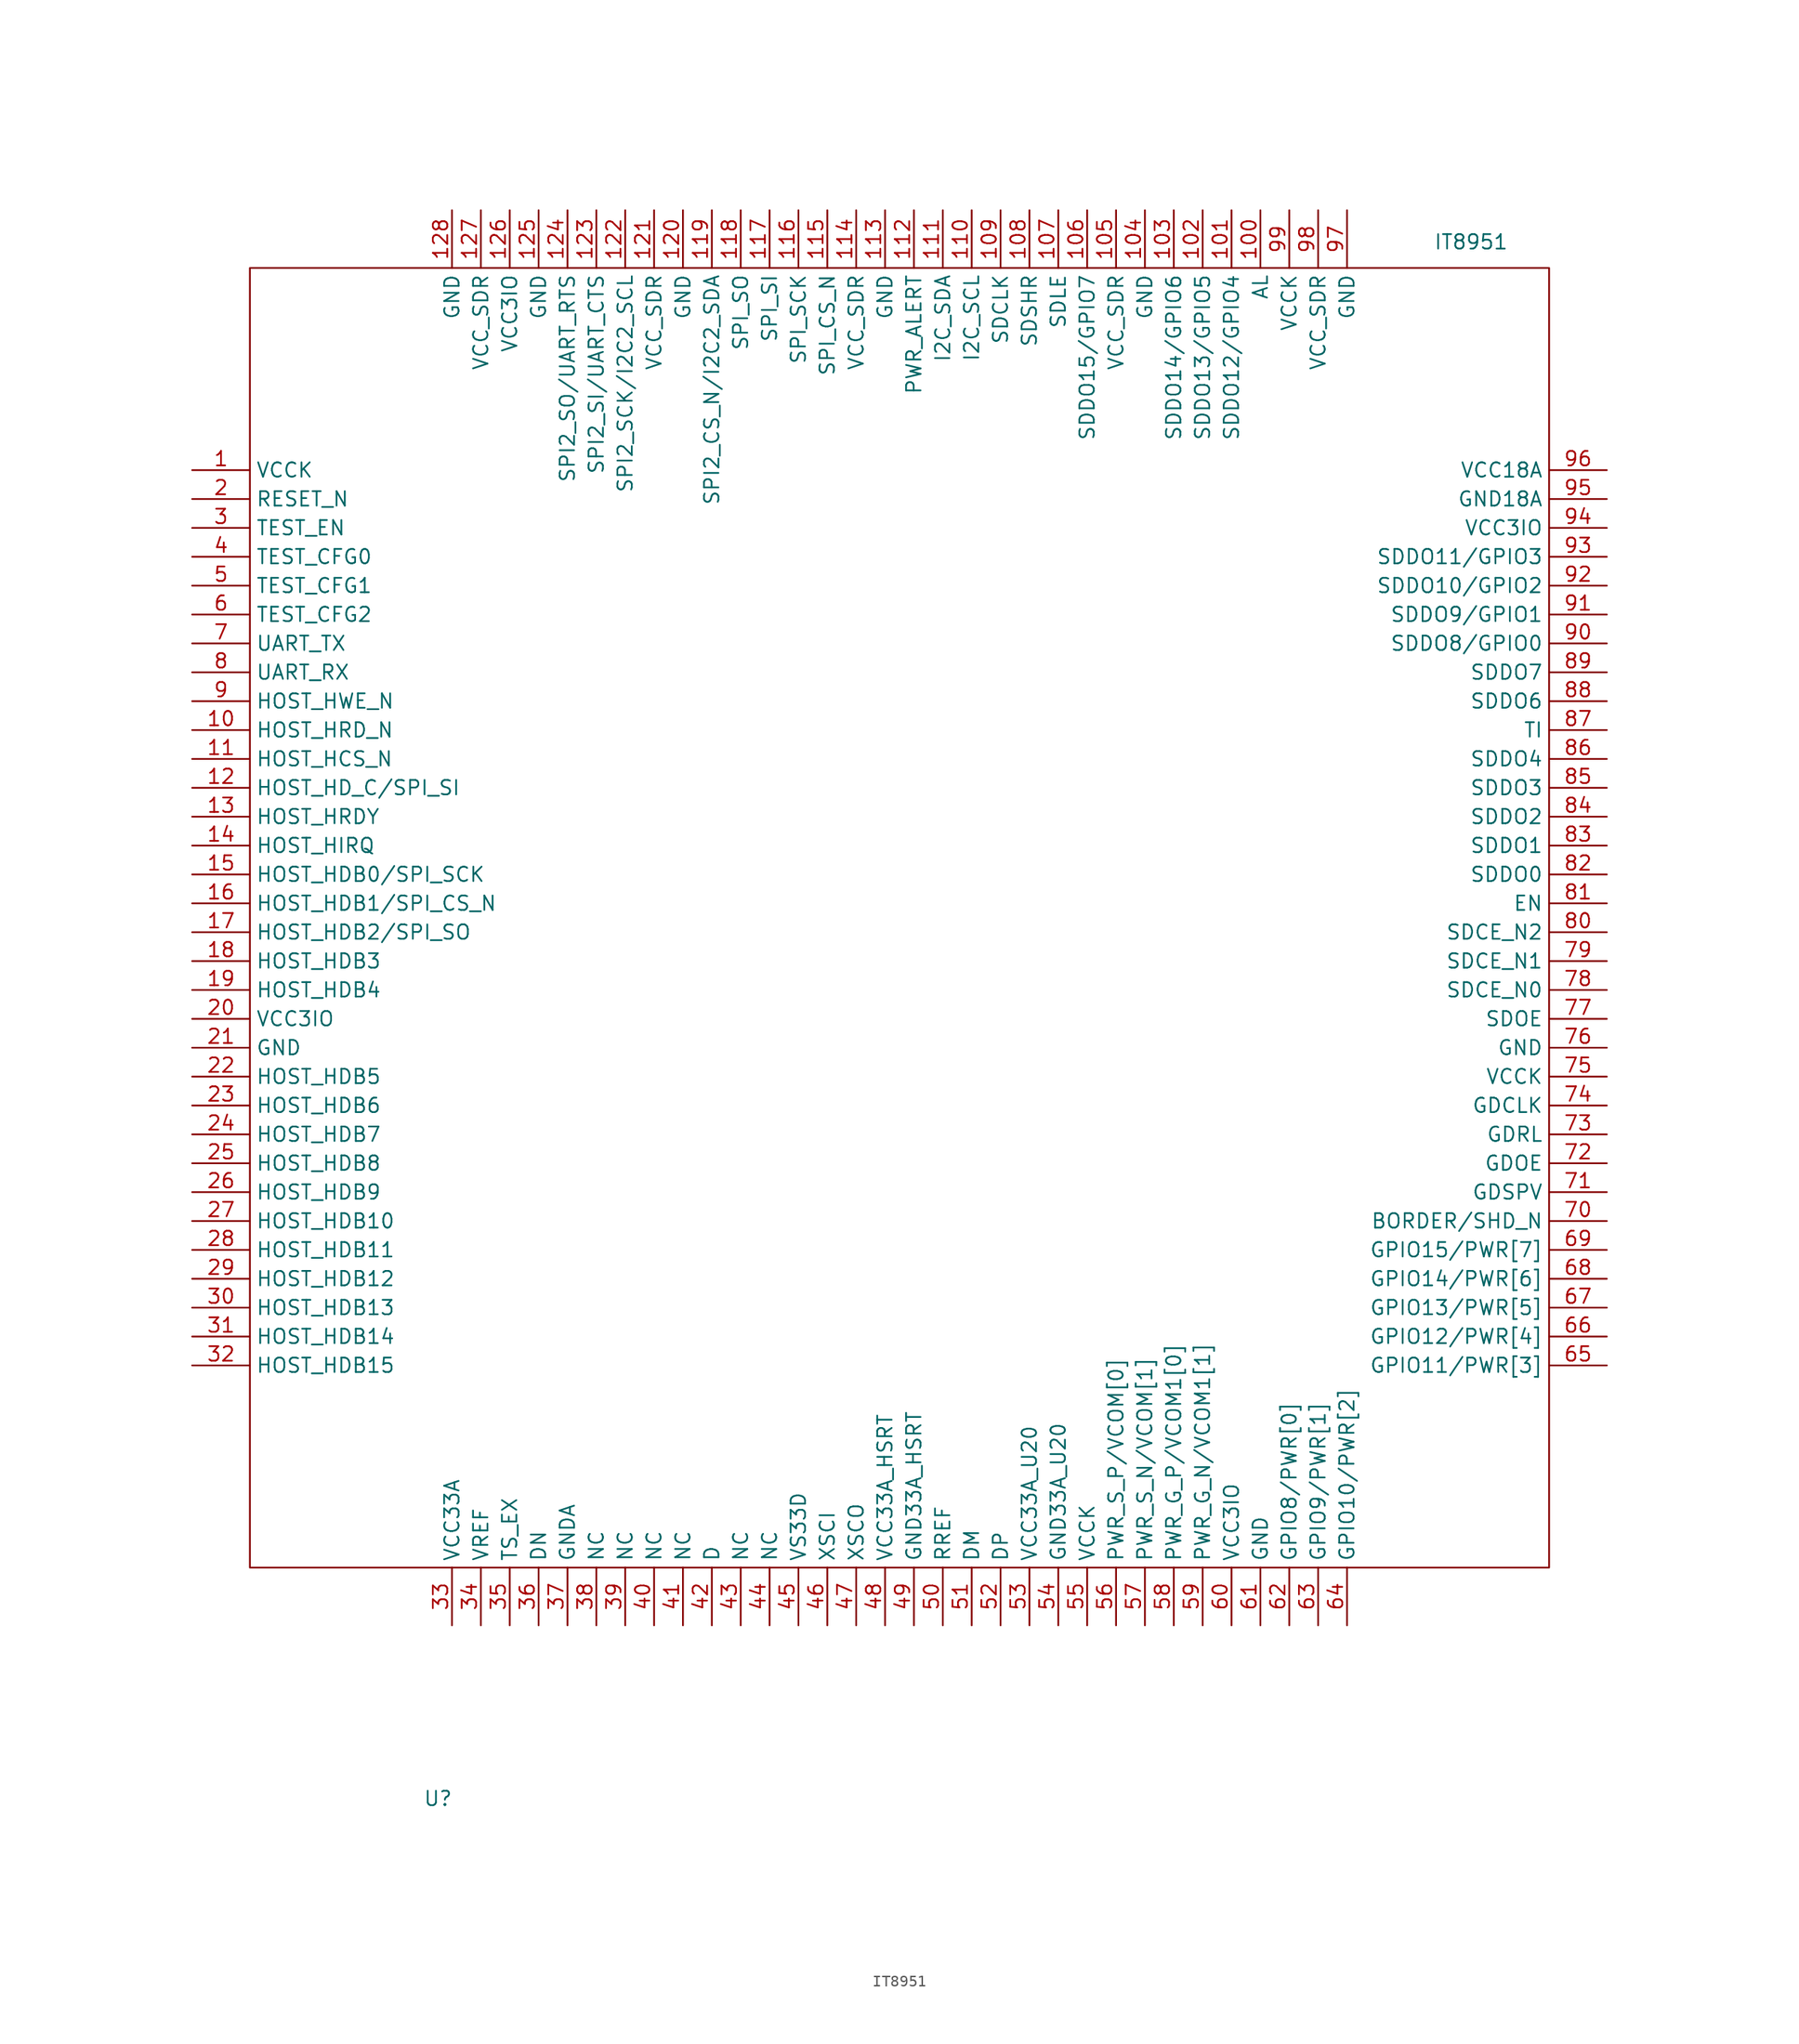
<source format=kicad_sym>
(kicad_symbol_lib
  (version 20231120)
  (generator "kicad_symbol_editor")
  (generator_version "8.0")
  (symbol "IT8951"
    (property "Reference" "U"
      (at -41.91 -77.47 0)
      (effects (font (size 1.27 1.27)) (justify left)))
    (property "Value" "IT8951"
      (at 53.594 59.436 0)
      (effects (font (size 1.27 1.27)) (justify right)))
    (symbol "IT8951_0_1"
      (rectangle (start -57.15 57.15) (end 57.15 -57.15) (stroke (width 0) (type default)) (fill (type none))))
    (symbol "IT8951_1_1"
      (pin input line (at -62.23 39.37 0) (length 5.08) (name "VCCK" (effects (font (size 1.27 1.27)))) (number "1" (effects (font (size 1.27 1.27)))))
      (pin input line (at -62.23 16.51 0) (length 5.08) (name "HOST_HRD_N" (effects (font (size 1.27 1.27)))) (number "10" (effects (font (size 1.27 1.27)))))
      (pin input line (at 31.75 62.23 270) (length 5.08) (name "AL" (effects (font (size 1.27 1.27)))) (number "100" (effects (font (size 1.27 1.27)))))
      (pin input line (at 29.21 62.23 270) (length 5.08) (name "SDDO12/GPIO4" (effects (font (size 1.27 1.27)))) (number "101" (effects (font (size 1.27 1.27)))))
      (pin input line (at 26.67 62.23 270) (length 5.08) (name "SDDO13/GPIO5" (effects (font (size 1.27 1.27)))) (number "102" (effects (font (size 1.27 1.27)))))
      (pin input line (at 24.13 62.23 270) (length 5.08) (name "SDDO14/GPIO6" (effects (font (size 1.27 1.27)))) (number "103" (effects (font (size 1.27 1.27)))))
      (pin input line (at 21.59 62.23 270) (length 5.08) (name "GND" (effects (font (size 1.27 1.27)))) (number "104" (effects (font (size 1.27 1.27)))))
      (pin input line (at 19.05 62.23 270) (length 5.08) (name "VCC_SDR" (effects (font (size 1.27 1.27)))) (number "105" (effects (font (size 1.27 1.27)))))
      (pin input line (at 16.51 62.23 270) (length 5.08) (name "SDDO15/GPIO7" (effects (font (size 1.27 1.27)))) (number "106" (effects (font (size 1.27 1.27)))))
      (pin input line (at 13.97 62.23 270) (length 5.08) (name "SDLE" (effects (font (size 1.27 1.27)))) (number "107" (effects (font (size 1.27 1.27)))))
      (pin input line (at 11.43 62.23 270) (length 5.08) (name "SDSHR" (effects (font (size 1.27 1.27)))) (number "108" (effects (font (size 1.27 1.27)))))
      (pin input line (at 8.89 62.23 270) (length 5.08) (name "SDCLK" (effects (font (size 1.27 1.27)))) (number "109" (effects (font (size 1.27 1.27)))))
      (pin input line (at -62.23 13.97 0) (length 5.08) (name "HOST_HCS_N" (effects (font (size 1.27 1.27)))) (number "11" (effects (font (size 1.27 1.27)))))
      (pin input line (at 6.35 62.23 270) (length 5.08) (name "I2C_SCL" (effects (font (size 1.27 1.27)))) (number "110" (effects (font (size 1.27 1.27)))))
      (pin input line (at 3.81 62.23 270) (length 5.08) (name "I2C_SDA" (effects (font (size 1.27 1.27)))) (number "111" (effects (font (size 1.27 1.27)))))
      (pin input line (at 1.27 62.23 270) (length 5.08) (name "PWR_ALERT" (effects (font (size 1.27 1.27)))) (number "112" (effects (font (size 1.27 1.27)))))
      (pin input line (at -1.27 62.23 270) (length 5.08) (name "GND" (effects (font (size 1.27 1.27)))) (number "113" (effects (font (size 1.27 1.27)))))
      (pin input line (at -3.81 62.23 270) (length 5.08) (name "VCC_SDR" (effects (font (size 1.27 1.27)))) (number "114" (effects (font (size 1.27 1.27)))))
      (pin input line (at -6.35 62.23 270) (length 5.08) (name "SPI_CS_N" (effects (font (size 1.27 1.27)))) (number "115" (effects (font (size 1.27 1.27)))))
      (pin input line (at -8.89 62.23 270) (length 5.08) (name "SPI_SCK" (effects (font (size 1.27 1.27)))) (number "116" (effects (font (size 1.27 1.27)))))
      (pin input line (at -11.43 62.23 270) (length 5.08) (name "SPI_SI" (effects (font (size 1.27 1.27)))) (number "117" (effects (font (size 1.27 1.27)))))
      (pin input line (at -13.97 62.23 270) (length 5.08) (name "SPI_SO" (effects (font (size 1.27 1.27)))) (number "118" (effects (font (size 1.27 1.27)))))
      (pin input line (at -16.51 62.23 270) (length 5.08) (name "SPI2_CS_N/I2C2_SDA" (effects (font (size 1.27 1.27)))) (number "119" (effects (font (size 1.27 1.27)))))
      (pin input line (at -62.23 11.43 0) (length 5.08) (name "HOST_HD_C/SPI_SI" (effects (font (size 1.27 1.27)))) (number "12" (effects (font (size 1.27 1.27)))))
      (pin input line (at -19.05 62.23 270) (length 5.08) (name "GND" (effects (font (size 1.27 1.27)))) (number "120" (effects (font (size 1.27 1.27)))))
      (pin input line (at -21.59 62.23 270) (length 5.08) (name "VCC_SDR" (effects (font (size 1.27 1.27)))) (number "121" (effects (font (size 1.27 1.27)))))
      (pin input line (at -24.13 62.23 270) (length 5.08) (name "SPI2_SCK/I2C2_SCL" (effects (font (size 1.27 1.27)))) (number "122" (effects (font (size 1.27 1.27)))))
      (pin input line (at -26.67 62.23 270) (length 5.08) (name "SPI2_SI/UART_CTS" (effects (font (size 1.27 1.27)))) (number "123" (effects (font (size 1.27 1.27)))))
      (pin input line (at -29.21 62.23 270) (length 5.08) (name "SPI2_SO/UART_RTS" (effects (font (size 1.27 1.27)))) (number "124" (effects (font (size 1.27 1.27)))))
      (pin input line (at -31.75 62.23 270) (length 5.08) (name "GND" (effects (font (size 1.27 1.27)))) (number "125" (effects (font (size 1.27 1.27)))))
      (pin input line (at -34.29 62.23 270) (length 5.08) (name "VCC3IO" (effects (font (size 1.27 1.27)))) (number "126" (effects (font (size 1.27 1.27)))))
      (pin input line (at -36.83 62.23 270) (length 5.08) (name "VCC_SDR" (effects (font (size 1.27 1.27)))) (number "127" (effects (font (size 1.27 1.27)))))
      (pin input line (at -39.37 62.23 270) (length 5.08) (name "GND" (effects (font (size 1.27 1.27)))) (number "128" (effects (font (size 1.27 1.27)))))
      (pin input line (at -62.23 8.89 0) (length 5.08) (name "HOST_HRDY" (effects (font (size 1.27 1.27)))) (number "13" (effects (font (size 1.27 1.27)))))
      (pin input line (at -62.23 6.35 0) (length 5.08) (name "HOST_HIRQ" (effects (font (size 1.27 1.27)))) (number "14" (effects (font (size 1.27 1.27)))))
      (pin input line (at -62.23 3.81 0) (length 5.08) (name "HOST_HDB0/SPI_SCK" (effects (font (size 1.27 1.27)))) (number "15" (effects (font (size 1.27 1.27)))))
      (pin input line (at -62.23 1.27 0) (length 5.08) (name "HOST_HDB1/SPI_CS_N" (effects (font (size 1.27 1.27)))) (number "16" (effects (font (size 1.27 1.27)))))
      (pin input line (at -62.23 -1.27 0) (length 5.08) (name "HOST_HDB2/SPI_SO" (effects (font (size 1.27 1.27)))) (number "17" (effects (font (size 1.27 1.27)))))
      (pin input line (at -62.23 -3.81 0) (length 5.08) (name "HOST_HDB3" (effects (font (size 1.27 1.27)))) (number "18" (effects (font (size 1.27 1.27)))))
      (pin input line (at -62.23 -6.35 0) (length 5.08) (name "HOST_HDB4" (effects (font (size 1.27 1.27)))) (number "19" (effects (font (size 1.27 1.27)))))
      (pin input line (at -62.23 36.83 0) (length 5.08) (name "RESET_N" (effects (font (size 1.27 1.27)))) (number "2" (effects (font (size 1.27 1.27)))))
      (pin input line (at -62.23 -8.89 0) (length 5.08) (name "VCC3IO" (effects (font (size 1.27 1.27)))) (number "20" (effects (font (size 1.27 1.27)))))
      (pin input line (at -62.23 -11.43 0) (length 5.08) (name "GND" (effects (font (size 1.27 1.27)))) (number "21" (effects (font (size 1.27 1.27)))))
      (pin input line (at -62.23 -13.97 0) (length 5.08) (name "HOST_HDB5" (effects (font (size 1.27 1.27)))) (number "22" (effects (font (size 1.27 1.27)))))
      (pin input line (at -62.23 -16.51 0) (length 5.08) (name "HOST_HDB6" (effects (font (size 1.27 1.27)))) (number "23" (effects (font (size 1.27 1.27)))))
      (pin input line (at -62.23 -19.05 0) (length 5.08) (name "HOST_HDB7" (effects (font (size 1.27 1.27)))) (number "24" (effects (font (size 1.27 1.27)))))
      (pin input line (at -62.23 -21.59 0) (length 5.08) (name "HOST_HDB8" (effects (font (size 1.27 1.27)))) (number "25" (effects (font (size 1.27 1.27)))))
      (pin input line (at -62.23 -24.13 0) (length 5.08) (name "HOST_HDB9" (effects (font (size 1.27 1.27)))) (number "26" (effects (font (size 1.27 1.27)))))
      (pin input line (at -62.23 -26.67 0) (length 5.08) (name "HOST_HDB10" (effects (font (size 1.27 1.27)))) (number "27" (effects (font (size 1.27 1.27)))))
      (pin input line (at -62.23 -29.21 0) (length 5.08) (name "HOST_HDB11" (effects (font (size 1.27 1.27)))) (number "28" (effects (font (size 1.27 1.27)))))
      (pin input line (at -62.23 -31.75 0) (length 5.08) (name "HOST_HDB12" (effects (font (size 1.27 1.27)))) (number "29" (effects (font (size 1.27 1.27)))))
      (pin input line (at -62.23 34.29 0) (length 5.08) (name "TEST_EN" (effects (font (size 1.27 1.27)))) (number "3" (effects (font (size 1.27 1.27)))))
      (pin input line (at -62.23 -34.29 0) (length 5.08) (name "HOST_HDB13" (effects (font (size 1.27 1.27)))) (number "30" (effects (font (size 1.27 1.27)))))
      (pin input line (at -62.23 -36.83 0) (length 5.08) (name "HOST_HDB14" (effects (font (size 1.27 1.27)))) (number "31" (effects (font (size 1.27 1.27)))))
      (pin input line (at -62.23 -39.37 0) (length 5.08) (name "HOST_HDB15" (effects (font (size 1.27 1.27)))) (number "32" (effects (font (size 1.27 1.27)))))
      (pin input line (at -39.37 -62.23 90) (length 5.08) (name "VCC33A" (effects (font (size 1.27 1.27)))) (number "33" (effects (font (size 1.27 1.27)))))
      (pin input line (at -36.83 -62.23 90) (length 5.08) (name "VREF" (effects (font (size 1.27 1.27)))) (number "34" (effects (font (size 1.27 1.27)))))
      (pin input line (at -34.29 -62.23 90) (length 5.08) (name "TS_EX" (effects (font (size 1.27 1.27)))) (number "35" (effects (font (size 1.27 1.27)))))
      (pin input line (at -31.75 -62.23 90) (length 5.08) (name "DN" (effects (font (size 1.27 1.27)))) (number "36" (effects (font (size 1.27 1.27)))))
      (pin input line (at -29.21 -62.23 90) (length 5.08) (name "GNDA" (effects (font (size 1.27 1.27)))) (number "37" (effects (font (size 1.27 1.27)))))
      (pin input line (at -26.67 -62.23 90) (length 5.08) (name "NC" (effects (font (size 1.27 1.27)))) (number "38" (effects (font (size 1.27 1.27)))))
      (pin input line (at -24.13 -62.23 90) (length 5.08) (name "NC" (effects (font (size 1.27 1.27)))) (number "39" (effects (font (size 1.27 1.27)))))
      (pin input line (at -62.23 31.75 0) (length 5.08) (name "TEST_CFG0" (effects (font (size 1.27 1.27)))) (number "4" (effects (font (size 1.27 1.27)))))
      (pin input line (at -21.59 -62.23 90) (length 5.08) (name "NC" (effects (font (size 1.27 1.27)))) (number "40" (effects (font (size 1.27 1.27)))))
      (pin input line (at -19.05 -62.23 90) (length 5.08) (name "NC" (effects (font (size 1.27 1.27)))) (number "41" (effects (font (size 1.27 1.27)))))
      (pin input line (at -16.51 -62.23 90) (length 5.08) (name "D" (effects (font (size 1.27 1.27)))) (number "42" (effects (font (size 1.27 1.27)))))
      (pin input line (at -13.97 -62.23 90) (length 5.08) (name "NC" (effects (font (size 1.27 1.27)))) (number "43" (effects (font (size 1.27 1.27)))))
      (pin input line (at -11.43 -62.23 90) (length 5.08) (name "NC" (effects (font (size 1.27 1.27)))) (number "44" (effects (font (size 1.27 1.27)))))
      (pin input line (at -8.89 -62.23 90) (length 5.08) (name "VS33D" (effects (font (size 1.27 1.27)))) (number "45" (effects (font (size 1.27 1.27)))))
      (pin input line (at -6.35 -62.23 90) (length 5.08) (name "XSCI" (effects (font (size 1.27 1.27)))) (number "46" (effects (font (size 1.27 1.27)))))
      (pin input line (at -3.81 -62.23 90) (length 5.08) (name "XSCO" (effects (font (size 1.27 1.27)))) (number "47" (effects (font (size 1.27 1.27)))))
      (pin input line (at -1.27 -62.23 90) (length 5.08) (name "VCC33A_HSRT" (effects (font (size 1.27 1.27)))) (number "48" (effects (font (size 1.27 1.27)))))
      (pin input line (at 1.27 -62.23 90) (length 5.08) (name "GND33A_HSRT" (effects (font (size 1.27 1.27)))) (number "49" (effects (font (size 1.27 1.27)))))
      (pin input line (at -62.23 29.21 0) (length 5.08) (name "TEST_CFG1" (effects (font (size 1.27 1.27)))) (number "5" (effects (font (size 1.27 1.27)))))
      (pin input line (at 3.81 -62.23 90) (length 5.08) (name "RREF" (effects (font (size 1.27 1.27)))) (number "50" (effects (font (size 1.27 1.27)))))
      (pin input line (at 6.35 -62.23 90) (length 5.08) (name "DM" (effects (font (size 1.27 1.27)))) (number "51" (effects (font (size 1.27 1.27)))))
      (pin input line (at 8.89 -62.23 90) (length 5.08) (name "DP" (effects (font (size 1.27 1.27)))) (number "52" (effects (font (size 1.27 1.27)))))
      (pin input line (at 11.43 -62.23 90) (length 5.08) (name "VCC33A_U20" (effects (font (size 1.27 1.27)))) (number "53" (effects (font (size 1.27 1.27)))))
      (pin input line (at 13.97 -62.23 90) (length 5.08) (name "GND33A_U20" (effects (font (size 1.27 1.27)))) (number "54" (effects (font (size 1.27 1.27)))))
      (pin input line (at 16.51 -62.23 90) (length 5.08) (name "VCCK" (effects (font (size 1.27 1.27)))) (number "55" (effects (font (size 1.27 1.27)))))
      (pin input line (at 19.05 -62.23 90) (length 5.08) (name "PWR_S_P/VCOM[0]" (effects (font (size 1.27 1.27)))) (number "56" (effects (font (size 1.27 1.27)))))
      (pin input line (at 21.59 -62.23 90) (length 5.08) (name "PWR_S_N/VCOM[1]" (effects (font (size 1.27 1.27)))) (number "57" (effects (font (size 1.27 1.27)))))
      (pin input line (at 24.13 -62.23 90) (length 5.08) (name "PWR_G_P/VCOM1[0]" (effects (font (size 1.27 1.27)))) (number "58" (effects (font (size 1.27 1.27)))))
      (pin input line (at 26.67 -62.23 90) (length 5.08) (name "PWR_G_N/VCOM1[1]" (effects (font (size 1.27 1.27)))) (number "59" (effects (font (size 1.27 1.27)))))
      (pin input line (at -62.23 26.67 0) (length 5.08) (name "TEST_CFG2" (effects (font (size 1.27 1.27)))) (number "6" (effects (font (size 1.27 1.27)))))
      (pin input line (at 29.21 -62.23 90) (length 5.08) (name "VCC3IO" (effects (font (size 1.27 1.27)))) (number "60" (effects (font (size 1.27 1.27)))))
      (pin input line (at 31.75 -62.23 90) (length 5.08) (name "GND" (effects (font (size 1.27 1.27)))) (number "61" (effects (font (size 1.27 1.27)))))
      (pin input line (at 34.29 -62.23 90) (length 5.08) (name "GPIO8/PWR[0]" (effects (font (size 1.27 1.27)))) (number "62" (effects (font (size 1.27 1.27)))))
      (pin input line (at 36.83 -62.23 90) (length 5.08) (name "GPIO9/PWR[1]" (effects (font (size 1.27 1.27)))) (number "63" (effects (font (size 1.27 1.27)))))
      (pin input line (at 39.37 -62.23 90) (length 5.08) (name "GPIO10/PWR[2]" (effects (font (size 1.27 1.27)))) (number "64" (effects (font (size 1.27 1.27)))))
      (pin input line (at 62.23 -39.37 180) (length 5.08) (name "GPIO11/PWR[3]" (effects (font (size 1.27 1.27)))) (number "65" (effects (font (size 1.27 1.27)))))
      (pin input line (at 62.23 -36.83 180) (length 5.08) (name "GPIO12/PWR[4]" (effects (font (size 1.27 1.27)))) (number "66" (effects (font (size 1.27 1.27)))))
      (pin input line (at 62.23 -34.29 180) (length 5.08) (name "GPIO13/PWR[5]" (effects (font (size 1.27 1.27)))) (number "67" (effects (font (size 1.27 1.27)))))
      (pin input line (at 62.23 -31.75 180) (length 5.08) (name "GPIO14/PWR[6]" (effects (font (size 1.27 1.27)))) (number "68" (effects (font (size 1.27 1.27)))))
      (pin input line (at 62.23 -29.21 180) (length 5.08) (name "GPIO15/PWR[7]" (effects (font (size 1.27 1.27)))) (number "69" (effects (font (size 1.27 1.27)))))
      (pin input line (at -62.23 24.13 0) (length 5.08) (name "UART_TX" (effects (font (size 1.27 1.27)))) (number "7" (effects (font (size 1.27 1.27)))))
      (pin input line (at 62.23 -26.67 180) (length 5.08) (name "BORDER/SHD_N" (effects (font (size 1.27 1.27)))) (number "70" (effects (font (size 1.27 1.27)))))
      (pin input line (at 62.23 -24.13 180) (length 5.08) (name "GDSPV" (effects (font (size 1.27 1.27)))) (number "71" (effects (font (size 1.27 1.27)))))
      (pin input line (at 62.23 -21.59 180) (length 5.08) (name "GDOE" (effects (font (size 1.27 1.27)))) (number "72" (effects (font (size 1.27 1.27)))))
      (pin input line (at 62.23 -19.05 180) (length 5.08) (name "GDRL" (effects (font (size 1.27 1.27)))) (number "73" (effects (font (size 1.27 1.27)))))
      (pin input line (at 62.23 -16.51 180) (length 5.08) (name "GDCLK" (effects (font (size 1.27 1.27)))) (number "74" (effects (font (size 1.27 1.27)))))
      (pin input line (at 62.23 -13.97 180) (length 5.08) (name "VCCK" (effects (font (size 1.27 1.27)))) (number "75" (effects (font (size 1.27 1.27)))))
      (pin input line (at 62.23 -11.43 180) (length 5.08) (name "GND" (effects (font (size 1.27 1.27)))) (number "76" (effects (font (size 1.27 1.27)))))
      (pin input line (at 62.23 -8.89 180) (length 5.08) (name "SDOE" (effects (font (size 1.27 1.27)))) (number "77" (effects (font (size 1.27 1.27)))))
      (pin input line (at 62.23 -6.35 180) (length 5.08) (name "SDCE_N0" (effects (font (size 1.27 1.27)))) (number "78" (effects (font (size 1.27 1.27)))))
      (pin input line (at 62.23 -3.81 180) (length 5.08) (name "SDCE_N1" (effects (font (size 1.27 1.27)))) (number "79" (effects (font (size 1.27 1.27)))))
      (pin input line (at -62.23 21.59 0) (length 5.08) (name "UART_RX" (effects (font (size 1.27 1.27)))) (number "8" (effects (font (size 1.27 1.27)))))
      (pin input line (at 62.23 -1.27 180) (length 5.08) (name "SDCE_N2" (effects (font (size 1.27 1.27)))) (number "80" (effects (font (size 1.27 1.27)))))
      (pin input line (at 62.23 1.27 180) (length 5.08) (name "EN" (effects (font (size 1.27 1.27)))) (number "81" (effects (font (size 1.27 1.27)))))
      (pin input line (at 62.23 3.81 180) (length 5.08) (name "SDDO0" (effects (font (size 1.27 1.27)))) (number "82" (effects (font (size 1.27 1.27)))))
      (pin input line (at 62.23 6.35 180) (length 5.08) (name "SDDO1" (effects (font (size 1.27 1.27)))) (number "83" (effects (font (size 1.27 1.27)))))
      (pin input line (at 62.23 8.89 180) (length 5.08) (name "SDDO2" (effects (font (size 1.27 1.27)))) (number "84" (effects (font (size 1.27 1.27)))))
      (pin input line (at 62.23 11.43 180) (length 5.08) (name "SDDO3" (effects (font (size 1.27 1.27)))) (number "85" (effects (font (size 1.27 1.27)))))
      (pin input line (at 62.23 13.97 180) (length 5.08) (name "SDDO4" (effects (font (size 1.27 1.27)))) (number "86" (effects (font (size 1.27 1.27)))))
      (pin input line (at 62.23 16.51 180) (length 5.08) (name "TI" (effects (font (size 1.27 1.27)))) (number "87" (effects (font (size 1.27 1.27)))))
      (pin input line (at 62.23 19.05 180) (length 5.08) (name "SDDO6" (effects (font (size 1.27 1.27)))) (number "88" (effects (font (size 1.27 1.27)))))
      (pin input line (at 62.23 21.59 180) (length 5.08) (name "SDDO7" (effects (font (size 1.27 1.27)))) (number "89" (effects (font (size 1.27 1.27)))))
      (pin input line (at -62.23 19.05 0) (length 5.08) (name "HOST_HWE_N" (effects (font (size 1.27 1.27)))) (number "9" (effects (font (size 1.27 1.27)))))
      (pin input line (at 62.23 24.13 180) (length 5.08) (name "SDDO8/GPIO0" (effects (font (size 1.27 1.27)))) (number "90" (effects (font (size 1.27 1.27)))))
      (pin input line (at 62.23 26.67 180) (length 5.08) (name "SDDO9/GPIO1" (effects (font (size 1.27 1.27)))) (number "91" (effects (font (size 1.27 1.27)))))
      (pin input line (at 62.23 29.21 180) (length 5.08) (name "SDDO10/GPIO2" (effects (font (size 1.27 1.27)))) (number "92" (effects (font (size 1.27 1.27)))))
      (pin input line (at 62.23 31.75 180) (length 5.08) (name "SDDO11/GPIO3" (effects (font (size 1.27 1.27)))) (number "93" (effects (font (size 1.27 1.27)))))
      (pin input line (at 62.23 34.29 180) (length 5.08) (name "VCC3IO" (effects (font (size 1.27 1.27)))) (number "94" (effects (font (size 1.27 1.27)))))
      (pin input line (at 62.23 36.83 180) (length 5.08) (name "GND18A" (effects (font (size 1.27 1.27)))) (number "95" (effects (font (size 1.27 1.27)))))
      (pin input line (at 62.23 39.37 180) (length 5.08) (name "VCC18A" (effects (font (size 1.27 1.27)))) (number "96" (effects (font (size 1.27 1.27)))))
      (pin input line (at 39.37 62.23 270) (length 5.08) (name "GND" (effects (font (size 1.27 1.27)))) (number "97" (effects (font (size 1.27 1.27)))))
      (pin input line (at 36.83 62.23 270) (length 5.08) (name "VCC_SDR" (effects (font (size 1.27 1.27)))) (number "98" (effects (font (size 1.27 1.27)))))
      (pin input line (at 34.29 62.23 270) (length 5.08) (name "VCCK" (effects (font (size 1.27 1.27)))) (number "99" (effects (font (size 1.27 1.27))))))))
</source>
